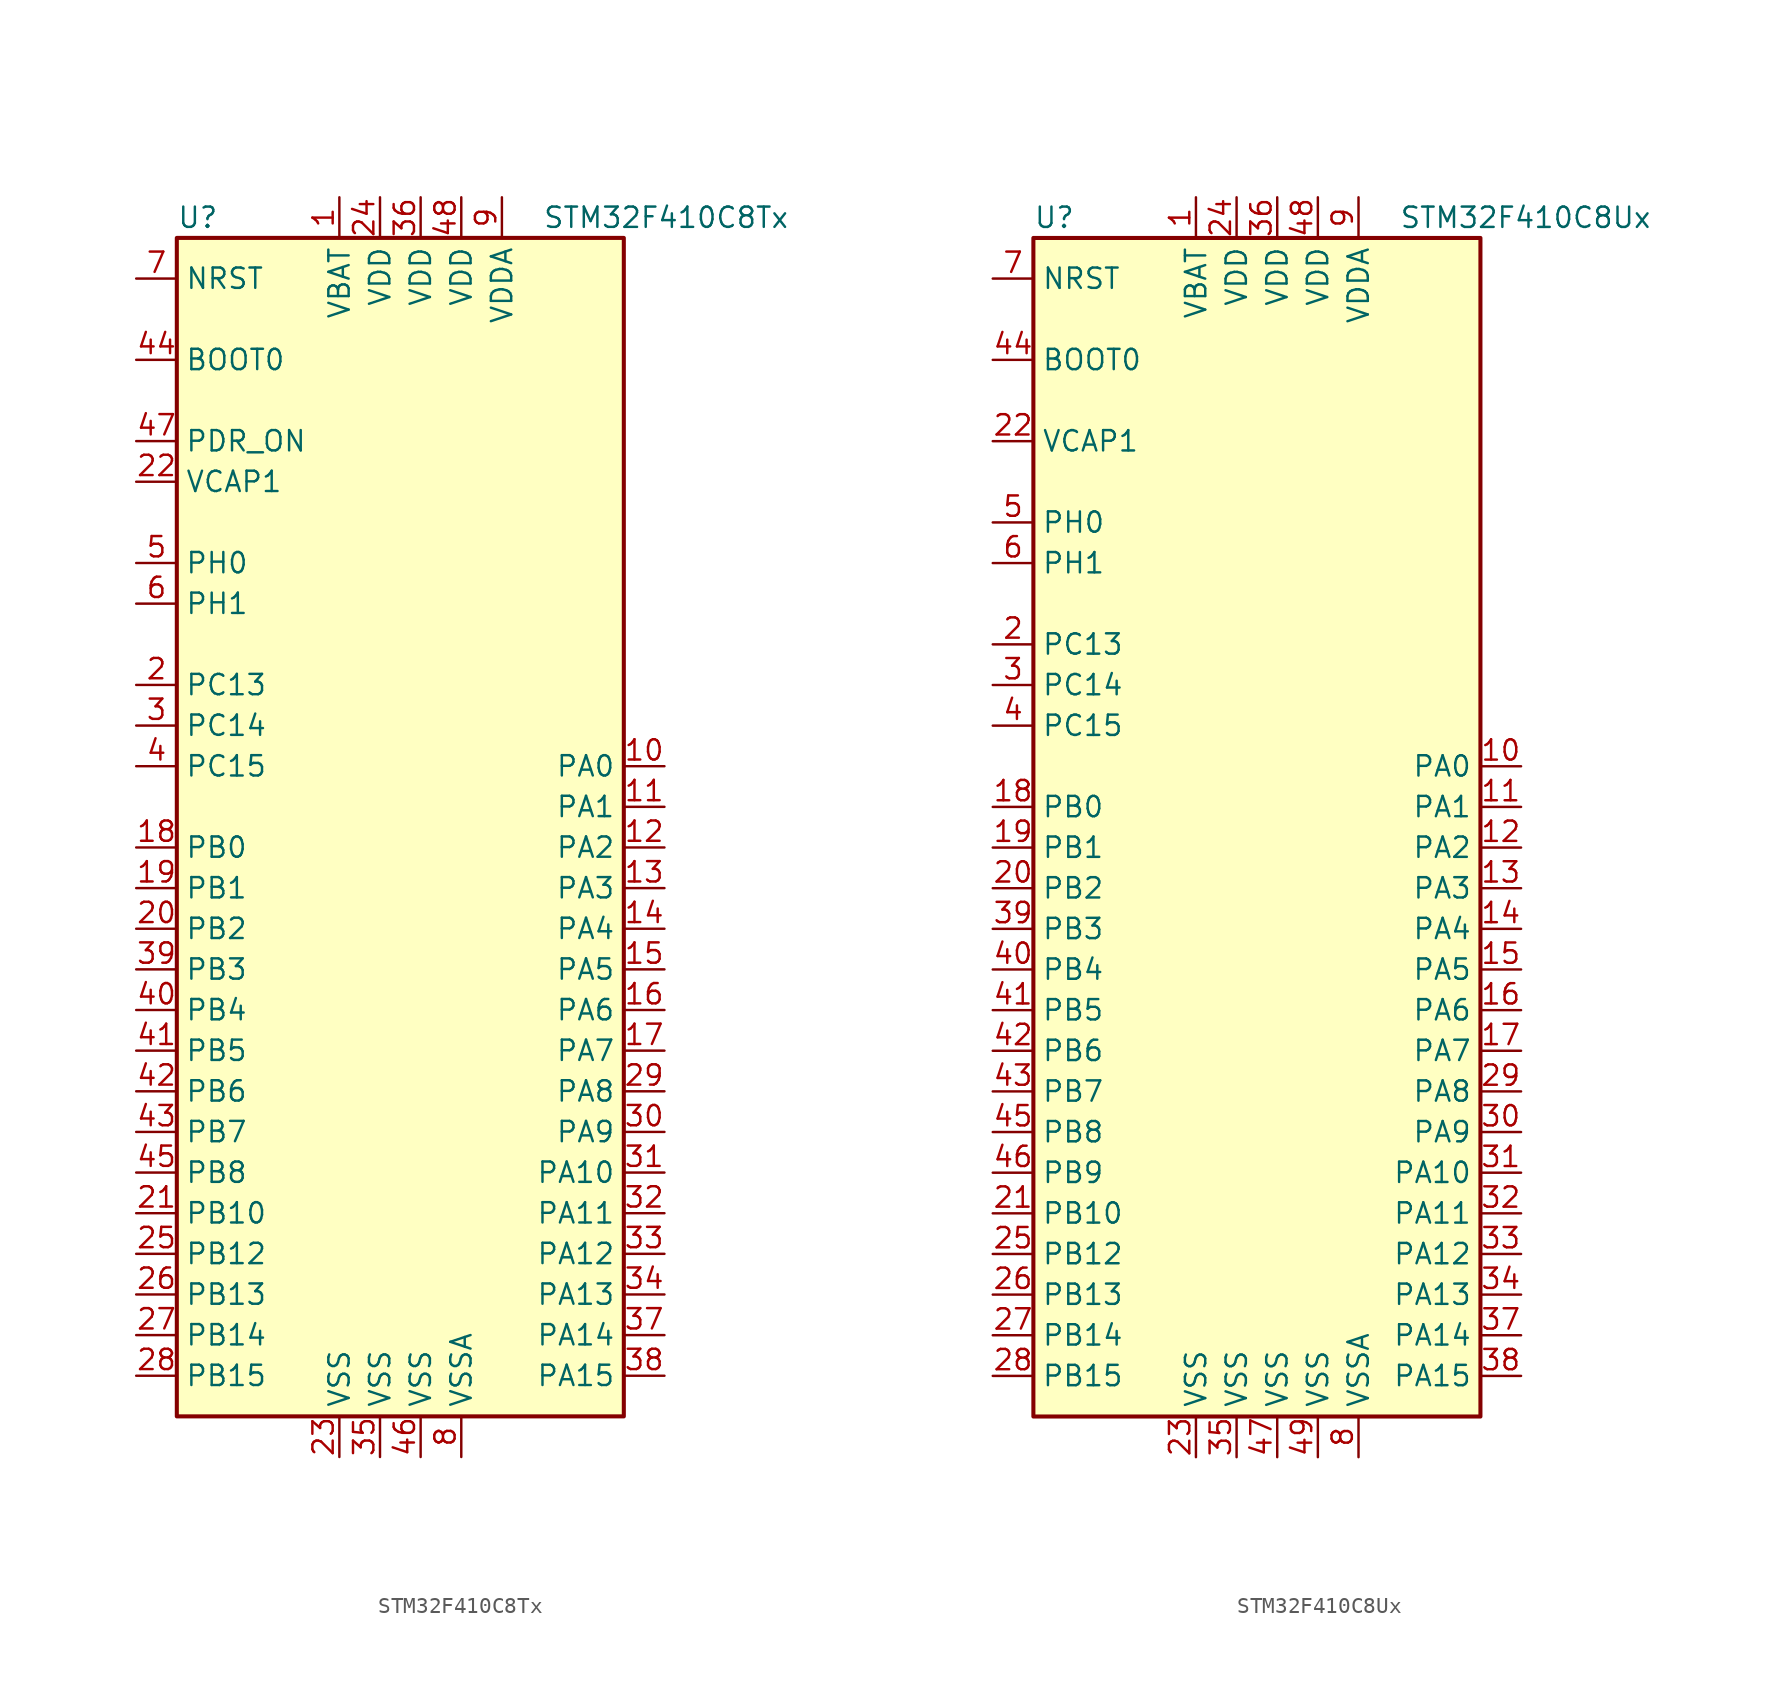
<source format=kicad_sym>
(kicad_symbol_lib
  (version 20201005)
  (generator kicad_symbol_editor)
  (symbol "MCU_ST_STM32F4:STM32F410C8Tx"
    (property "Reference" "U"
      (at -15.24 36.83 0)
      (effects (font (size 1.27 1.27)) (justify left)))
    (property "Value" "STM32F410C8Tx"
      (at 7.62 36.83 0)
      (effects (font (size 1.27 1.27)) (justify left)))
    (symbol "STM32F410C8Tx_0_1"
      (rectangle (start -15.24 -38.1) (end 12.7 35.56) (stroke (width 0.254)) (fill (type background))))
    (symbol "STM32F410C8Tx_1_1"
      (pin input line (at -17.78 27.94 0) (length 2.54) (name "BOOT0" (effects (font (size 1.27 1.27)))) (number "44" (effects (font (size 1.27 1.27)))))
      (pin input line (at -17.78 33.02 0) (length 2.54) (name "NRST" (effects (font (size 1.27 1.27)))) (number "7" (effects (font (size 1.27 1.27)))))
      (pin bidirectional line (at 15.24 2.54 180) (length 2.54) (name "PA0" (effects (font (size 1.27 1.27)))) (number "10" (effects (font (size 1.27 1.27)))))
      (pin bidirectional line (at 15.24 0 180) (length 2.54) (name "PA1" (effects (font (size 1.27 1.27)))) (number "11" (effects (font (size 1.27 1.27)))))
      (pin bidirectional line (at 15.24 -22.86 180) (length 2.54) (name "PA10" (effects (font (size 1.27 1.27)))) (number "31" (effects (font (size 1.27 1.27)))))
      (pin bidirectional line (at 15.24 -25.4 180) (length 2.54) (name "PA11" (effects (font (size 1.27 1.27)))) (number "32" (effects (font (size 1.27 1.27)))))
      (pin bidirectional line (at 15.24 -27.94 180) (length 2.54) (name "PA12" (effects (font (size 1.27 1.27)))) (number "33" (effects (font (size 1.27 1.27)))))
      (pin bidirectional line (at 15.24 -30.48 180) (length 2.54) (name "PA13" (effects (font (size 1.27 1.27)))) (number "34" (effects (font (size 1.27 1.27)))))
      (pin bidirectional line (at 15.24 -33.02 180) (length 2.54) (name "PA14" (effects (font (size 1.27 1.27)))) (number "37" (effects (font (size 1.27 1.27)))))
      (pin bidirectional line (at 15.24 -35.56 180) (length 2.54) (name "PA15" (effects (font (size 1.27 1.27)))) (number "38" (effects (font (size 1.27 1.27)))))
      (pin bidirectional line (at 15.24 -2.54 180) (length 2.54) (name "PA2" (effects (font (size 1.27 1.27)))) (number "12" (effects (font (size 1.27 1.27)))))
      (pin bidirectional line (at 15.24 -5.08 180) (length 2.54) (name "PA3" (effects (font (size 1.27 1.27)))) (number "13" (effects (font (size 1.27 1.27)))))
      (pin bidirectional line (at 15.24 -7.62 180) (length 2.54) (name "PA4" (effects (font (size 1.27 1.27)))) (number "14" (effects (font (size 1.27 1.27)))))
      (pin bidirectional line (at 15.24 -10.16 180) (length 2.54) (name "PA5" (effects (font (size 1.27 1.27)))) (number "15" (effects (font (size 1.27 1.27)))))
      (pin bidirectional line (at 15.24 -12.7 180) (length 2.54) (name "PA6" (effects (font (size 1.27 1.27)))) (number "16" (effects (font (size 1.27 1.27)))))
      (pin bidirectional line (at 15.24 -15.24 180) (length 2.54) (name "PA7" (effects (font (size 1.27 1.27)))) (number "17" (effects (font (size 1.27 1.27)))))
      (pin bidirectional line (at 15.24 -17.78 180) (length 2.54) (name "PA8" (effects (font (size 1.27 1.27)))) (number "29" (effects (font (size 1.27 1.27)))))
      (pin bidirectional line (at 15.24 -20.32 180) (length 2.54) (name "PA9" (effects (font (size 1.27 1.27)))) (number "30" (effects (font (size 1.27 1.27)))))
      (pin bidirectional line (at -17.78 -2.54 0) (length 2.54) (name "PB0" (effects (font (size 1.27 1.27)))) (number "18" (effects (font (size 1.27 1.27)))))
      (pin bidirectional line (at -17.78 -5.08 0) (length 2.54) (name "PB1" (effects (font (size 1.27 1.27)))) (number "19" (effects (font (size 1.27 1.27)))))
      (pin bidirectional line (at -17.78 -25.4 0) (length 2.54) (name "PB10" (effects (font (size 1.27 1.27)))) (number "21" (effects (font (size 1.27 1.27)))))
      (pin bidirectional line (at -17.78 -27.94 0) (length 2.54) (name "PB12" (effects (font (size 1.27 1.27)))) (number "25" (effects (font (size 1.27 1.27)))))
      (pin bidirectional line (at -17.78 -30.48 0) (length 2.54) (name "PB13" (effects (font (size 1.27 1.27)))) (number "26" (effects (font (size 1.27 1.27)))))
      (pin bidirectional line (at -17.78 -33.02 0) (length 2.54) (name "PB14" (effects (font (size 1.27 1.27)))) (number "27" (effects (font (size 1.27 1.27)))))
      (pin bidirectional line (at -17.78 -35.56 0) (length 2.54) (name "PB15" (effects (font (size 1.27 1.27)))) (number "28" (effects (font (size 1.27 1.27)))))
      (pin bidirectional line (at -17.78 -7.62 0) (length 2.54) (name "PB2" (effects (font (size 1.27 1.27)))) (number "20" (effects (font (size 1.27 1.27)))))
      (pin bidirectional line (at -17.78 -10.16 0) (length 2.54) (name "PB3" (effects (font (size 1.27 1.27)))) (number "39" (effects (font (size 1.27 1.27)))))
      (pin bidirectional line (at -17.78 -12.7 0) (length 2.54) (name "PB4" (effects (font (size 1.27 1.27)))) (number "40" (effects (font (size 1.27 1.27)))))
      (pin bidirectional line (at -17.78 -15.24 0) (length 2.54) (name "PB5" (effects (font (size 1.27 1.27)))) (number "41" (effects (font (size 1.27 1.27)))))
      (pin bidirectional line (at -17.78 -17.78 0) (length 2.54) (name "PB6" (effects (font (size 1.27 1.27)))) (number "42" (effects (font (size 1.27 1.27)))))
      (pin bidirectional line (at -17.78 -20.32 0) (length 2.54) (name "PB7" (effects (font (size 1.27 1.27)))) (number "43" (effects (font (size 1.27 1.27)))))
      (pin bidirectional line (at -17.78 -22.86 0) (length 2.54) (name "PB8" (effects (font (size 1.27 1.27)))) (number "45" (effects (font (size 1.27 1.27)))))
      (pin bidirectional line (at -17.78 7.62 0) (length 2.54) (name "PC13" (effects (font (size 1.27 1.27)))) (number "2" (effects (font (size 1.27 1.27)))))
      (pin bidirectional line (at -17.78 5.08 0) (length 2.54) (name "PC14" (effects (font (size 1.27 1.27)))) (number "3" (effects (font (size 1.27 1.27)))))
      (pin bidirectional line (at -17.78 2.54 0) (length 2.54) (name "PC15" (effects (font (size 1.27 1.27)))) (number "4" (effects (font (size 1.27 1.27)))))
      (pin power_in line (at -17.78 22.86 0) (length 2.54) (name "PDR_ON" (effects (font (size 1.27 1.27)))) (number "47" (effects (font (size 1.27 1.27)))))
      (pin input line (at -17.78 15.24 0) (length 2.54) (name "PH0" (effects (font (size 1.27 1.27)))) (number "5" (effects (font (size 1.27 1.27)))))
      (pin input line (at -17.78 12.7 0) (length 2.54) (name "PH1" (effects (font (size 1.27 1.27)))) (number "6" (effects (font (size 1.27 1.27)))))
      (pin power_in line (at -5.08 38.1 270) (length 2.54) (name "VBAT" (effects (font (size 1.27 1.27)))) (number "1" (effects (font (size 1.27 1.27)))))
      (pin power_in line (at -17.78 20.32 0) (length 2.54) (name "VCAP1" (effects (font (size 1.27 1.27)))) (number "22" (effects (font (size 1.27 1.27)))))
      (pin power_in line (at -2.54 38.1 270) (length 2.54) (name "VDD" (effects (font (size 1.27 1.27)))) (number "24" (effects (font (size 1.27 1.27)))))
      (pin power_in line (at 0 38.1 270) (length 2.54) (name "VDD" (effects (font (size 1.27 1.27)))) (number "36" (effects (font (size 1.27 1.27)))))
      (pin power_in line (at 2.54 38.1 270) (length 2.54) (name "VDD" (effects (font (size 1.27 1.27)))) (number "48" (effects (font (size 1.27 1.27)))))
      (pin power_in line (at 5.08 38.1 270) (length 2.54) (name "VDDA" (effects (font (size 1.27 1.27)))) (number "9" (effects (font (size 1.27 1.27)))))
      (pin power_in line (at -5.08 -40.64 90) (length 2.54) (name "VSS" (effects (font (size 1.27 1.27)))) (number "23" (effects (font (size 1.27 1.27)))))
      (pin power_in line (at -2.54 -40.64 90) (length 2.54) (name "VSS" (effects (font (size 1.27 1.27)))) (number "35" (effects (font (size 1.27 1.27)))))
      (pin power_in line (at 0 -40.64 90) (length 2.54) (name "VSS" (effects (font (size 1.27 1.27)))) (number "46" (effects (font (size 1.27 1.27)))))
      (pin power_in line (at 2.54 -40.64 90) (length 2.54) (name "VSSA" (effects (font (size 1.27 1.27)))) (number "8" (effects (font (size 1.27 1.27)))))))
  (symbol "MCU_ST_STM32F4:STM32F410C8Ux"
    (property "Reference" "U"
      (at -15.24 36.83 0)
      (effects (font (size 1.27 1.27)) (justify left)))
    (property "Value" "STM32F410C8Ux"
      (at 7.62 36.83 0)
      (effects (font (size 1.27 1.27)) (justify left)))
    (symbol "STM32F410C8Ux_0_1"
      (rectangle (start -15.24 -38.1) (end 12.7 35.56) (stroke (width 0.254)) (fill (type background))))
    (symbol "STM32F410C8Ux_1_1"
      (pin input line (at -17.78 27.94 0) (length 2.54) (name "BOOT0" (effects (font (size 1.27 1.27)))) (number "44" (effects (font (size 1.27 1.27)))))
      (pin input line (at -17.78 33.02 0) (length 2.54) (name "NRST" (effects (font (size 1.27 1.27)))) (number "7" (effects (font (size 1.27 1.27)))))
      (pin bidirectional line (at 15.24 2.54 180) (length 2.54) (name "PA0" (effects (font (size 1.27 1.27)))) (number "10" (effects (font (size 1.27 1.27)))))
      (pin bidirectional line (at 15.24 0 180) (length 2.54) (name "PA1" (effects (font (size 1.27 1.27)))) (number "11" (effects (font (size 1.27 1.27)))))
      (pin bidirectional line (at 15.24 -22.86 180) (length 2.54) (name "PA10" (effects (font (size 1.27 1.27)))) (number "31" (effects (font (size 1.27 1.27)))))
      (pin bidirectional line (at 15.24 -25.4 180) (length 2.54) (name "PA11" (effects (font (size 1.27 1.27)))) (number "32" (effects (font (size 1.27 1.27)))))
      (pin bidirectional line (at 15.24 -27.94 180) (length 2.54) (name "PA12" (effects (font (size 1.27 1.27)))) (number "33" (effects (font (size 1.27 1.27)))))
      (pin bidirectional line (at 15.24 -30.48 180) (length 2.54) (name "PA13" (effects (font (size 1.27 1.27)))) (number "34" (effects (font (size 1.27 1.27)))))
      (pin bidirectional line (at 15.24 -33.02 180) (length 2.54) (name "PA14" (effects (font (size 1.27 1.27)))) (number "37" (effects (font (size 1.27 1.27)))))
      (pin bidirectional line (at 15.24 -35.56 180) (length 2.54) (name "PA15" (effects (font (size 1.27 1.27)))) (number "38" (effects (font (size 1.27 1.27)))))
      (pin bidirectional line (at 15.24 -2.54 180) (length 2.54) (name "PA2" (effects (font (size 1.27 1.27)))) (number "12" (effects (font (size 1.27 1.27)))))
      (pin bidirectional line (at 15.24 -5.08 180) (length 2.54) (name "PA3" (effects (font (size 1.27 1.27)))) (number "13" (effects (font (size 1.27 1.27)))))
      (pin bidirectional line (at 15.24 -7.62 180) (length 2.54) (name "PA4" (effects (font (size 1.27 1.27)))) (number "14" (effects (font (size 1.27 1.27)))))
      (pin bidirectional line (at 15.24 -10.16 180) (length 2.54) (name "PA5" (effects (font (size 1.27 1.27)))) (number "15" (effects (font (size 1.27 1.27)))))
      (pin bidirectional line (at 15.24 -12.7 180) (length 2.54) (name "PA6" (effects (font (size 1.27 1.27)))) (number "16" (effects (font (size 1.27 1.27)))))
      (pin bidirectional line (at 15.24 -15.24 180) (length 2.54) (name "PA7" (effects (font (size 1.27 1.27)))) (number "17" (effects (font (size 1.27 1.27)))))
      (pin bidirectional line (at 15.24 -17.78 180) (length 2.54) (name "PA8" (effects (font (size 1.27 1.27)))) (number "29" (effects (font (size 1.27 1.27)))))
      (pin bidirectional line (at 15.24 -20.32 180) (length 2.54) (name "PA9" (effects (font (size 1.27 1.27)))) (number "30" (effects (font (size 1.27 1.27)))))
      (pin bidirectional line (at -17.78 0 0) (length 2.54) (name "PB0" (effects (font (size 1.27 1.27)))) (number "18" (effects (font (size 1.27 1.27)))))
      (pin bidirectional line (at -17.78 -2.54 0) (length 2.54) (name "PB1" (effects (font (size 1.27 1.27)))) (number "19" (effects (font (size 1.27 1.27)))))
      (pin bidirectional line (at -17.78 -25.4 0) (length 2.54) (name "PB10" (effects (font (size 1.27 1.27)))) (number "21" (effects (font (size 1.27 1.27)))))
      (pin bidirectional line (at -17.78 -27.94 0) (length 2.54) (name "PB12" (effects (font (size 1.27 1.27)))) (number "25" (effects (font (size 1.27 1.27)))))
      (pin bidirectional line (at -17.78 -30.48 0) (length 2.54) (name "PB13" (effects (font (size 1.27 1.27)))) (number "26" (effects (font (size 1.27 1.27)))))
      (pin bidirectional line (at -17.78 -33.02 0) (length 2.54) (name "PB14" (effects (font (size 1.27 1.27)))) (number "27" (effects (font (size 1.27 1.27)))))
      (pin bidirectional line (at -17.78 -35.56 0) (length 2.54) (name "PB15" (effects (font (size 1.27 1.27)))) (number "28" (effects (font (size 1.27 1.27)))))
      (pin bidirectional line (at -17.78 -5.08 0) (length 2.54) (name "PB2" (effects (font (size 1.27 1.27)))) (number "20" (effects (font (size 1.27 1.27)))))
      (pin bidirectional line (at -17.78 -7.62 0) (length 2.54) (name "PB3" (effects (font (size 1.27 1.27)))) (number "39" (effects (font (size 1.27 1.27)))))
      (pin bidirectional line (at -17.78 -10.16 0) (length 2.54) (name "PB4" (effects (font (size 1.27 1.27)))) (number "40" (effects (font (size 1.27 1.27)))))
      (pin bidirectional line (at -17.78 -12.7 0) (length 2.54) (name "PB5" (effects (font (size 1.27 1.27)))) (number "41" (effects (font (size 1.27 1.27)))))
      (pin bidirectional line (at -17.78 -15.24 0) (length 2.54) (name "PB6" (effects (font (size 1.27 1.27)))) (number "42" (effects (font (size 1.27 1.27)))))
      (pin bidirectional line (at -17.78 -17.78 0) (length 2.54) (name "PB7" (effects (font (size 1.27 1.27)))) (number "43" (effects (font (size 1.27 1.27)))))
      (pin bidirectional line (at -17.78 -20.32 0) (length 2.54) (name "PB8" (effects (font (size 1.27 1.27)))) (number "45" (effects (font (size 1.27 1.27)))))
      (pin bidirectional line (at -17.78 -22.86 0) (length 2.54) (name "PB9" (effects (font (size 1.27 1.27)))) (number "46" (effects (font (size 1.27 1.27)))))
      (pin bidirectional line (at -17.78 10.16 0) (length 2.54) (name "PC13" (effects (font (size 1.27 1.27)))) (number "2" (effects (font (size 1.27 1.27)))))
      (pin bidirectional line (at -17.78 7.62 0) (length 2.54) (name "PC14" (effects (font (size 1.27 1.27)))) (number "3" (effects (font (size 1.27 1.27)))))
      (pin bidirectional line (at -17.78 5.08 0) (length 2.54) (name "PC15" (effects (font (size 1.27 1.27)))) (number "4" (effects (font (size 1.27 1.27)))))
      (pin input line (at -17.78 17.78 0) (length 2.54) (name "PH0" (effects (font (size 1.27 1.27)))) (number "5" (effects (font (size 1.27 1.27)))))
      (pin input line (at -17.78 15.24 0) (length 2.54) (name "PH1" (effects (font (size 1.27 1.27)))) (number "6" (effects (font (size 1.27 1.27)))))
      (pin power_in line (at -5.08 38.1 270) (length 2.54) (name "VBAT" (effects (font (size 1.27 1.27)))) (number "1" (effects (font (size 1.27 1.27)))))
      (pin power_in line (at -17.78 22.86 0) (length 2.54) (name "VCAP1" (effects (font (size 1.27 1.27)))) (number "22" (effects (font (size 1.27 1.27)))))
      (pin power_in line (at -2.54 38.1 270) (length 2.54) (name "VDD" (effects (font (size 1.27 1.27)))) (number "24" (effects (font (size 1.27 1.27)))))
      (pin power_in line (at 0 38.1 270) (length 2.54) (name "VDD" (effects (font (size 1.27 1.27)))) (number "36" (effects (font (size 1.27 1.27)))))
      (pin power_in line (at 2.54 38.1 270) (length 2.54) (name "VDD" (effects (font (size 1.27 1.27)))) (number "48" (effects (font (size 1.27 1.27)))))
      (pin power_in line (at 5.08 38.1 270) (length 2.54) (name "VDDA" (effects (font (size 1.27 1.27)))) (number "9" (effects (font (size 1.27 1.27)))))
      (pin power_in line (at -5.08 -40.64 90) (length 2.54) (name "VSS" (effects (font (size 1.27 1.27)))) (number "23" (effects (font (size 1.27 1.27)))))
      (pin power_in line (at -2.54 -40.64 90) (length 2.54) (name "VSS" (effects (font (size 1.27 1.27)))) (number "35" (effects (font (size 1.27 1.27)))))
      (pin power_in line (at 0 -40.64 90) (length 2.54) (name "VSS" (effects (font (size 1.27 1.27)))) (number "47" (effects (font (size 1.27 1.27)))))
      (pin power_in line (at 2.54 -40.64 90) (length 2.54) (name "VSS" (effects (font (size 1.27 1.27)))) (number "49" (effects (font (size 1.27 1.27)))))
      (pin power_in line (at 5.08 -40.64 90) (length 2.54) (name "VSSA" (effects (font (size 1.27 1.27)))) (number "8" (effects (font (size 1.27 1.27))))))))
</source>
